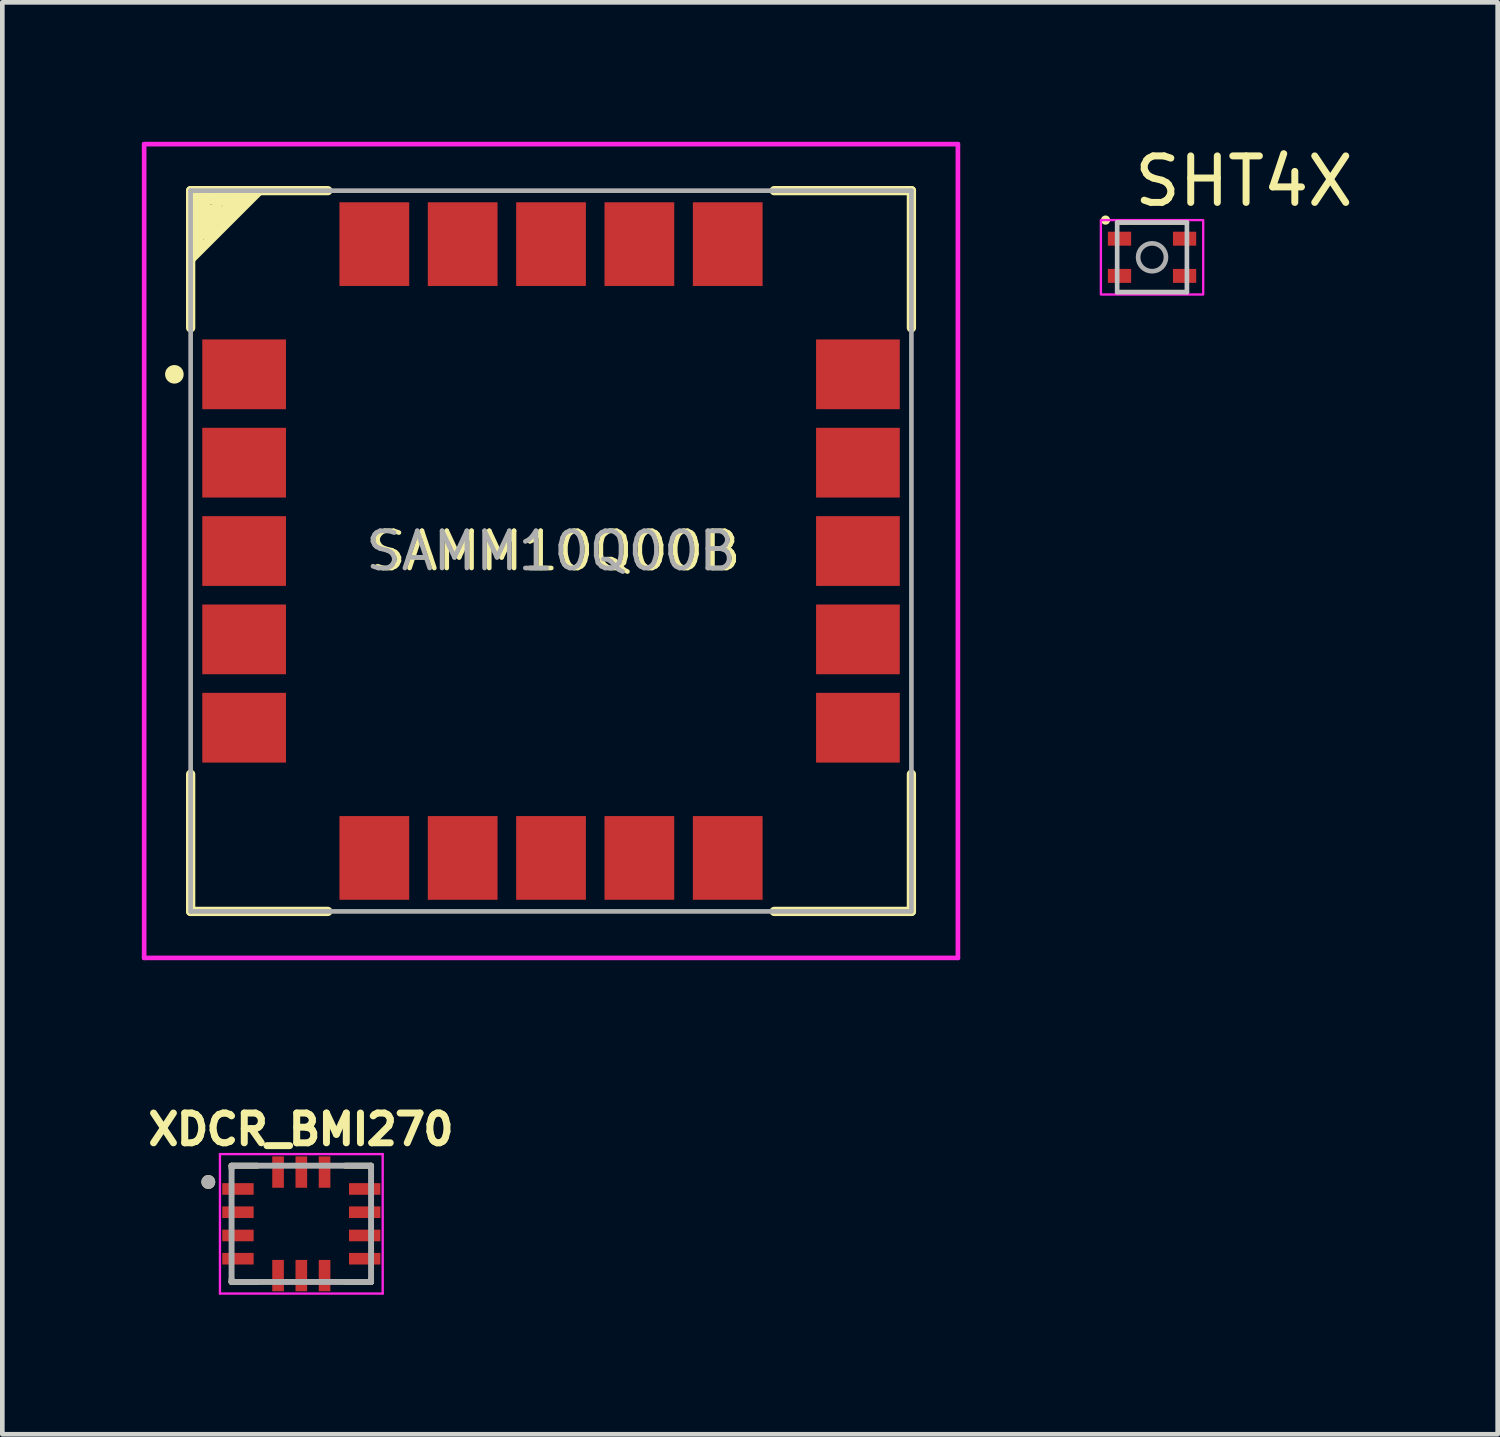
<source format=kicad_pcb>
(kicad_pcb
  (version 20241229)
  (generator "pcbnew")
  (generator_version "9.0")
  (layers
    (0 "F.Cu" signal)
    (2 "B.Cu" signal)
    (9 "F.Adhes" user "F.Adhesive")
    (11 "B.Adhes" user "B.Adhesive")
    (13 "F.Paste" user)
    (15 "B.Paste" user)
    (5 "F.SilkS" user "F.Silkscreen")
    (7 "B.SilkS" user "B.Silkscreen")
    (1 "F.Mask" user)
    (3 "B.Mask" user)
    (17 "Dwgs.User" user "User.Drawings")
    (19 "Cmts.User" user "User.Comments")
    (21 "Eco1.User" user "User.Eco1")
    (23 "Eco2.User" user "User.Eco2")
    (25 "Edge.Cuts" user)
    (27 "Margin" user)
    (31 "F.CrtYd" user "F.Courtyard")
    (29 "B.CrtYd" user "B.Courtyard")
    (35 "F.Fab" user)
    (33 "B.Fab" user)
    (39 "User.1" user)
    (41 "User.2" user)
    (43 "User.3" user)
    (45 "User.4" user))
  (footprint "SAMM10Q00B"
    (layer "F.Cu")
    (at 8.8 8.8)
    (property "Reference" "SAMM10Q00B" (at 0.1 0 0) (layer "F.SilkS") (effects (font (size 0.8 0.8) (thickness 0.1))))
    (attr smd)
    (fp_line (start -7.75 -7.75) (end -7.375 -7.5) (stroke (width 0.1) (type default)) (layer "F.SilkS"))
    (fp_line (start -7.75 -7.75) (end -6.75 -7.5) (stroke (width 0.1) (type default)) (layer "F.SilkS"))
    (fp_line (start -7.75 -7.75) (end -4.8 -7.75) (stroke (width 0.2) (type solid)) (layer "F.SilkS"))
    (fp_line (start -7.75 -7.5) (end -7.5 -7.375) (stroke (width 0.1) (type default)) (layer "F.SilkS"))
    (fp_line (start -7.75 -7.5) (end -6.638 -7.75) (stroke (width 0.1) (type default)) (layer "F.SilkS"))
    (fp_line (start -7.75 -7.25) (end -7 -7.75) (stroke (width 0.1) (type default)) (layer "F.SilkS"))
    (fp_line (start -7.75 -7) (end -7.25 -7.75) (stroke (width 0.1) (type default)) (layer "F.SilkS"))
    (fp_line (start -7.75 -6.75) (end -7.013 -7.013) (stroke (width 0.1) (type default)) (layer "F.SilkS"))
    (fp_line (start -7.75 -6.75) (end -7 -7.75) (stroke (width 0.1) (type default)) (layer "F.SilkS"))
    (fp_line (start -7.75 -6.75) (end -6.275 -7.75) (stroke (width 0.1) (type default)) (layer "F.SilkS"))
    (fp_line (start -7.75 -6.5) (end -7 -7.75) (stroke (width 0.1) (type default)) (layer "F.SilkS"))
    (fp_line (start -7.75 -6.275) (end -7 -7.75) (stroke (width 0.1) (type default)) (layer "F.SilkS"))
    (fp_line (start -7.75 -4.8) (end -7.75 -7.75) (stroke (width 0.2) (type solid)) (layer "F.SilkS"))
    (fp_line (start -7.75 4.8) (end -7.75 7.75) (stroke (width 0.2) (type solid)) (layer "F.SilkS"))
    (fp_line (start -7.75 7.75) (end -4.8 7.75) (stroke (width 0.2) (type solid)) (layer "F.SilkS"))
    (fp_line (start -7.5 -7.375) (end -7.75 -7.75) (stroke (width 0.1) (type default)) (layer "F.SilkS"))
    (fp_line (start -7.5 -7.25) (end -6.875 -7.625) (stroke (width 0.1) (type default)) (layer "F.SilkS"))
    (fp_line (start -7.5 -6.5) (end -7.75 -7.75) (stroke (width 0.1) (type default)) (layer "F.SilkS"))
    (fp_line (start -7.375 -7.5) (end -7.75 -7.5) (stroke (width 0.1) (type default)) (layer "F.SilkS"))
    (fp_line (start -7.375 -7.5) (end -7.375 -7.25) (stroke (width 0.1) (type default)) (layer "F.SilkS"))
    (fp_line (start -7.375 -7.25) (end -7.5 -7.25) (stroke (width 0.1) (type default)) (layer "F.SilkS"))
    (fp_line (start -7.375 -7.125) (end -7.013 -7.375) (stroke (width 0.1) (type default)) (layer "F.SilkS"))
    (fp_line (start -7.25 -7.75) (end -7.75 -7.5) (stroke (width 0.1) (type default)) (layer "F.SilkS"))
    (fp_line (start -7.25 -7.75) (end -7.75 -6.75) (stroke (width 0.1) (type default)) (layer "F.SilkS"))
    (fp_line (start -7.194 -7.069) (end -6.75 -7.25) (stroke (width 0.1) (type default)) (layer "F.SilkS"))
    (fp_line (start -7.013 -7.375) (end -7.194 -7.069) (stroke (width 0.1) (type default)) (layer "F.SilkS"))
    (fp_line (start -7.013 -7.25) (end -7.013 -7.013) (stroke (width 0.1) (type default)) (layer "F.SilkS"))
    (fp_line (start -7.013 -7.013) (end -7.375 -7.125) (stroke (width 0.1) (type default)) (layer "F.SilkS"))
    (fp_line (start -7.013 -7.013) (end -7 -7.75) (stroke (width 0.1) (type default)) (layer "F.SilkS"))
    (fp_line (start -7 -7.75) (end -7.75 -6.75) (stroke (width 0.1) (type default)) (layer "F.SilkS"))
    (fp_line (start -7 -7.75) (end -7.5 -6.5) (stroke (width 0.1) (type default)) (layer "F.SilkS"))
    (fp_line (start -7 -7.75) (end -7.25 -7.75) (stroke (width 0.1) (type default)) (layer "F.SilkS"))
    (fp_line (start -7 -7.75) (end -6.75 -7.5) (stroke (width 0.1) (type default)) (layer "F.SilkS"))
    (fp_line (start -7 -7.75) (end -6.275 -7.75) (stroke (width 0.1) (type default)) (layer "F.SilkS"))
    (fp_line (start -6.875 -7.625) (end -6.638 -7.75) (stroke (width 0.1) (type default)) (layer "F.SilkS"))
    (fp_line (start -6.75 -7.5) (end -7.75 -6.5) (stroke (width 0.1) (type default)) (layer "F.SilkS"))
    (fp_line (start -6.75 -7.5) (end -7.375 -7.5) (stroke (width 0.1) (type default)) (layer "F.SilkS"))
    (fp_line (start -6.75 -7.25) (end -7.013 -7.25) (stroke (width 0.1) (type default)) (layer "F.SilkS"))
    (fp_line (start -6.638 -7.75) (end -7.75 -6.75) (stroke (width 0.1) (type default)) (layer "F.SilkS"))
    (fp_line (start -6.638 -7.75) (end -7.013 -7.25) (stroke (width 0.1) (type default)) (layer "F.SilkS"))
    (fp_line (start -6.275 -7.75) (end -7.75 -7.25) (stroke (width 0.1) (type default)) (layer "F.SilkS"))
    (fp_line (start -6.275 -7.75) (end -7.75 -7) (stroke (width 0.1) (type default)) (layer "F.SilkS"))
    (fp_line (start -6.275 -7.75) (end -7.75 -6.275) (stroke (width 0.2) (type default)) (layer "F.SilkS"))
    (fp_line (start 4.8 -7.75) (end 7.75 -7.75) (stroke (width 0.2) (type solid)) (layer "F.SilkS"))
    (fp_line (start 7.75 -7.75) (end 7.75 -4.8) (stroke (width 0.2) (type solid)) (layer "F.SilkS"))
    (fp_line (start 7.75 4.8) (end 7.75 7.75) (stroke (width 0.2) (type solid)) (layer "F.SilkS"))
    (fp_line (start 7.75 7.75) (end 4.8 7.75) (stroke (width 0.2) (type solid)) (layer "F.SilkS"))
    (fp_circle (center -8.1 -3.8) (end -8.1 -3.7) (stroke (width 0.2) (type solid)) (fill no) (layer "F.SilkS"))
    (fp_line (start -8.75 -8.75) (end 8.75 -8.75) (stroke (width 0.1) (type solid)) (layer "F.CrtYd"))
    (fp_line (start -8.75 8.75) (end -8.75 -8.75) (stroke (width 0.1) (type solid)) (layer "F.CrtYd"))
    (fp_line (start 8.75 -8.75) (end 8.75 8.75) (stroke (width 0.1) (type solid)) (layer "F.CrtYd"))
    (fp_line (start 8.75 8.75) (end -8.75 8.75) (stroke (width 0.1) (type solid)) (layer "F.CrtYd"))
    (fp_line (start -7.75 -7.75) (end 7.75 -7.75) (stroke (width 0.1) (type solid)) (layer "F.Fab"))
    (fp_line (start -7.75 7.75) (end -7.75 -7.75) (stroke (width 0.1) (type solid)) (layer "F.Fab"))
    (fp_line (start 7.75 -7.75) (end 7.75 7.75) (stroke (width 0.1) (type solid)) (layer "F.Fab"))
    (fp_line (start 7.75 7.75) (end -7.75 7.75) (stroke (width 0.1) (type solid)) (layer "F.Fab"))
    (fp_text user "${REFERENCE}" (at 0 0 0) (layer "F.Fab") (effects (font (size 0.8 0.8) (thickness 0.1))))
    (pad "1" smd rect (at -6.6 -3.8 90) (size 1.5 1.8) (layers "F.Cu" "F.Mask" "F.Paste"))
    (pad "2" smd rect (at -6.6 -1.9 90) (size 1.5 1.8) (layers "F.Cu" "F.Mask" "F.Paste"))
    (pad "3" smd rect (at -6.6 0 90) (size 1.5 1.8) (layers "F.Cu" "F.Mask" "F.Paste"))
    (pad "4" smd rect (at -6.6 1.9 90) (size 1.5 1.8) (layers "F.Cu" "F.Mask" "F.Paste"))
    (pad "5" smd rect (at -6.6 3.8 90) (size 1.5 1.8) (layers "F.Cu" "F.Mask" "F.Paste"))
    (pad "6" smd rect (at -3.8 6.6) (size 1.5 1.8) (layers "F.Cu" "F.Mask" "F.Paste"))
    (pad "7" smd rect (at -1.9 6.6) (size 1.5 1.8) (layers "F.Cu" "F.Mask" "F.Paste"))
    (pad "8" smd rect (at 0 6.6) (size 1.5 1.8) (layers "F.Cu" "F.Mask" "F.Paste"))
    (pad "9" smd rect (at 1.9 6.6) (size 1.5 1.8) (layers "F.Cu" "F.Mask" "F.Paste"))
    (pad "10" smd rect (at 3.8 6.6) (size 1.5 1.8) (layers "F.Cu" "F.Mask" "F.Paste"))
    (pad "11" smd rect (at 6.6 3.8 90) (size 1.5 1.8) (layers "F.Cu" "F.Mask" "F.Paste"))
    (pad "12" smd rect (at 6.6 1.9 90) (size 1.5 1.8) (layers "F.Cu" "F.Mask" "F.Paste"))
    (pad "13" smd rect (at 6.6 0 90) (size 1.5 1.8) (layers "F.Cu" "F.Mask" "F.Paste"))
    (pad "14" smd rect (at 6.6 -1.9 90) (size 1.5 1.8) (layers "F.Cu" "F.Mask" "F.Paste"))
    (pad "15" smd rect (at 6.6 -3.8 90) (size 1.5 1.8) (layers "F.Cu" "F.Mask" "F.Paste"))
    (pad "16" smd rect (at 3.8 -6.6) (size 1.5 1.8) (layers "F.Cu" "F.Mask" "F.Paste"))
    (pad "17" smd rect (at 1.9 -6.6) (size 1.5 1.8) (layers "F.Cu" "F.Mask" "F.Paste"))
    (pad "18" smd rect (at 0 -6.6) (size 1.5 1.8) (layers "F.Cu" "F.Mask" "F.Paste"))
    (pad "19" smd rect (at -1.9 -6.6) (size 1.5 1.8) (layers "F.Cu" "F.Mask" "F.Paste"))
    (pad "20" smd rect (at -3.8 -6.6) (size 1.5 1.8) (layers "F.Cu" "F.Mask" "F.Paste")))
  (footprint "SHT4X"
    (layer "F.Cu")
    (at 21.725 2.483)
    (property "Reference" "SHT4X" (at 1.975 -1.635 0) (layer "F.SilkS") (effects (font (size 1 1) (thickness 0.15))))
    (attr smd)
    (fp_line (start -0.7 -0.75) (end 0.7 -0.75) (stroke (width 0.1) (type solid)) (layer "F.SilkS"))
    (fp_line (start -0.7 0.75) (end 0.7 0.75) (stroke (width 0.1) (type solid)) (layer "F.SilkS"))
    (fp_circle (center -1 -0.8) (end -0.95 -0.8) (stroke (width 0.1) (type solid)) (fill no) (layer "F.SilkS"))
    (fp_line (start -0.75 -0.75) (end -0.75 0.75) (stroke (width 0.1) (type solid)) (layer "Dwgs.User"))
    (fp_line (start -0.75 0.75) (end 0.75 0.75) (stroke (width 0.1) (type solid)) (layer "Dwgs.User"))
    (fp_line (start 0.75 -0.75) (end -0.75 -0.75) (stroke (width 0.1) (type solid)) (layer "Dwgs.User"))
    (fp_line (start 0.75 0.75) (end 0.75 -0.75) (stroke (width 0.1) (type solid)) (layer "Dwgs.User"))
    (fp_rect (start -1.1 -0.8) (end 1.1 0.8) (stroke (width 0.05) (type default)) (fill no) (layer "F.CrtYd"))
    (fp_circle (center 0 0) (end 0.3 0) (stroke (width 0.1) (type solid)) (fill no) (layer "F.Fab"))
    (pad "1" smd rect (at -0.7 -0.4) (size 0.5 0.3) (layers "F.Cu" "F.Mask" "F.Paste"))
    (pad "2" smd rect (at -0.7 0.4) (size 0.5 0.3) (layers "F.Cu" "F.Mask" "F.Paste"))
    (pad "3" smd rect (at 0.7 0.4) (size 0.5 0.3) (layers "F.Cu" "F.Mask" "F.Paste"))
    (pad "4" smd rect (at 0.7 -0.4) (size 0.5 0.3) (layers "F.Cu" "F.Mask" "F.Paste")))
  (footprint "XDCR_BMI270"
    (layer "F.Cu")
    (at 3.43 23.269)
    (property "Reference" "XDCR_BMI270" (at -0.008 -2.031 0) (layer "F.SilkS") (effects (font (size 0.64 0.64) (thickness 0.15))))
    (attr smd)
    (fp_line (start -1.5 -1.25) (end -1.5 -1.195) (stroke (width 0.127) (type solid)) (layer "F.SilkS"))
    (fp_line (start -1.5 -1.25) (end -0.945 -1.25) (stroke (width 0.127) (type solid)) (layer "F.SilkS"))
    (fp_line (start -1.5 1.195) (end -1.5 1.25) (stroke (width 0.127) (type solid)) (layer "F.SilkS"))
    (fp_line (start -1.5 1.25) (end -0.945 1.25) (stroke (width 0.127) (type solid)) (layer "F.SilkS"))
    (fp_line (start 0.945 -1.25) (end 1.5 -1.25) (stroke (width 0.127) (type solid)) (layer "F.SilkS"))
    (fp_line (start 0.945 1.25) (end 1.5 1.25) (stroke (width 0.127) (type solid)) (layer "F.SilkS"))
    (fp_line (start 1.5 -1.25) (end 1.5 -1.195) (stroke (width 0.127) (type solid)) (layer "F.SilkS"))
    (fp_line (start 1.5 1.195) (end 1.5 1.25) (stroke (width 0.127) (type solid)) (layer "F.SilkS"))
    (fp_circle (center -2 -0.9) (end -1.925 -0.9) (stroke (width 0.15) (type solid)) (fill no) (layer "F.SilkS"))
    (fp_line (start -1.75 -1.5) (end 1.75 -1.5) (stroke (width 0.05) (type solid)) (layer "F.CrtYd"))
    (fp_line (start -1.75 1.5) (end -1.75 -1.5) (stroke (width 0.05) (type solid)) (layer "F.CrtYd"))
    (fp_line (start 1.75 -1.5) (end 1.75 1.5) (stroke (width 0.05) (type solid)) (layer "F.CrtYd"))
    (fp_line (start 1.75 1.5) (end -1.75 1.5) (stroke (width 0.05) (type solid)) (layer "F.CrtYd"))
    (fp_line (start -1.5 -1.25) (end -1.5 1.25) (stroke (width 0.127) (type solid)) (layer "F.Fab"))
    (fp_line (start -1.5 1.25) (end 1.5 1.25) (stroke (width 0.127) (type solid)) (layer "F.Fab"))
    (fp_line (start 1.5 -1.25) (end -1.5 -1.25) (stroke (width 0.127) (type solid)) (layer "F.Fab"))
    (fp_line (start 1.5 1.25) (end 1.5 -1.25) (stroke (width 0.127) (type solid)) (layer "F.Fab"))
    (fp_circle (center -2 -0.9) (end -1.925 -0.9) (stroke (width 0.15) (type solid)) (fill no) (layer "F.Fab"))
    (pad "1" smd rect (at -1.363 -0.75) (size 0.675 0.25) (layers "F.Cu" "F.Mask" "F.Paste"))
    (pad "2" smd rect (at -1.363 -0.25) (size 0.675 0.25) (layers "F.Cu" "F.Mask" "F.Paste"))
    (pad "3" smd rect (at -1.363 0.25) (size 0.675 0.25) (layers "F.Cu" "F.Mask" "F.Paste"))
    (pad "4" smd rect (at -1.363 0.75) (size 0.675 0.25) (layers "F.Cu" "F.Mask" "F.Paste"))
    (pad "5" smd rect (at -0.5 1.113) (size 0.25 0.675) (layers "F.Cu" "F.Mask" "F.Paste"))
    (pad "6" smd rect (at 0 1.113) (size 0.25 0.675) (layers "F.Cu" "F.Mask" "F.Paste"))
    (pad "7" smd rect (at 0.5 1.113) (size 0.25 0.675) (layers "F.Cu" "F.Mask" "F.Paste"))
    (pad "8" smd rect (at 1.363 0.75) (size 0.675 0.25) (layers "F.Cu" "F.Mask" "F.Paste"))
    (pad "9" smd rect (at 1.363 0.25) (size 0.675 0.25) (layers "F.Cu" "F.Mask" "F.Paste"))
    (pad "10" smd rect (at 1.363 -0.25) (size 0.675 0.25) (layers "F.Cu" "F.Mask" "F.Paste"))
    (pad "11" smd rect (at 1.363 -0.75) (size 0.675 0.25) (layers "F.Cu" "F.Mask" "F.Paste"))
    (pad "12" smd rect (at 0.5 -1.113) (size 0.25 0.675) (layers "F.Cu" "F.Mask" "F.Paste"))
    (pad "13" smd rect (at 0 -1.113) (size 0.25 0.675) (layers "F.Cu" "F.Mask" "F.Paste"))
    (pad "14" smd rect (at -0.5 -1.113) (size 0.25 0.675) (layers "F.Cu" "F.Mask" "F.Paste")))
  (gr_rect
    (start -3 -3)
    (end 29.158 27.794)
    (stroke (width 0.1) (type default))
    (fill no)
    (layer "Edge.Cuts")))
</source>
